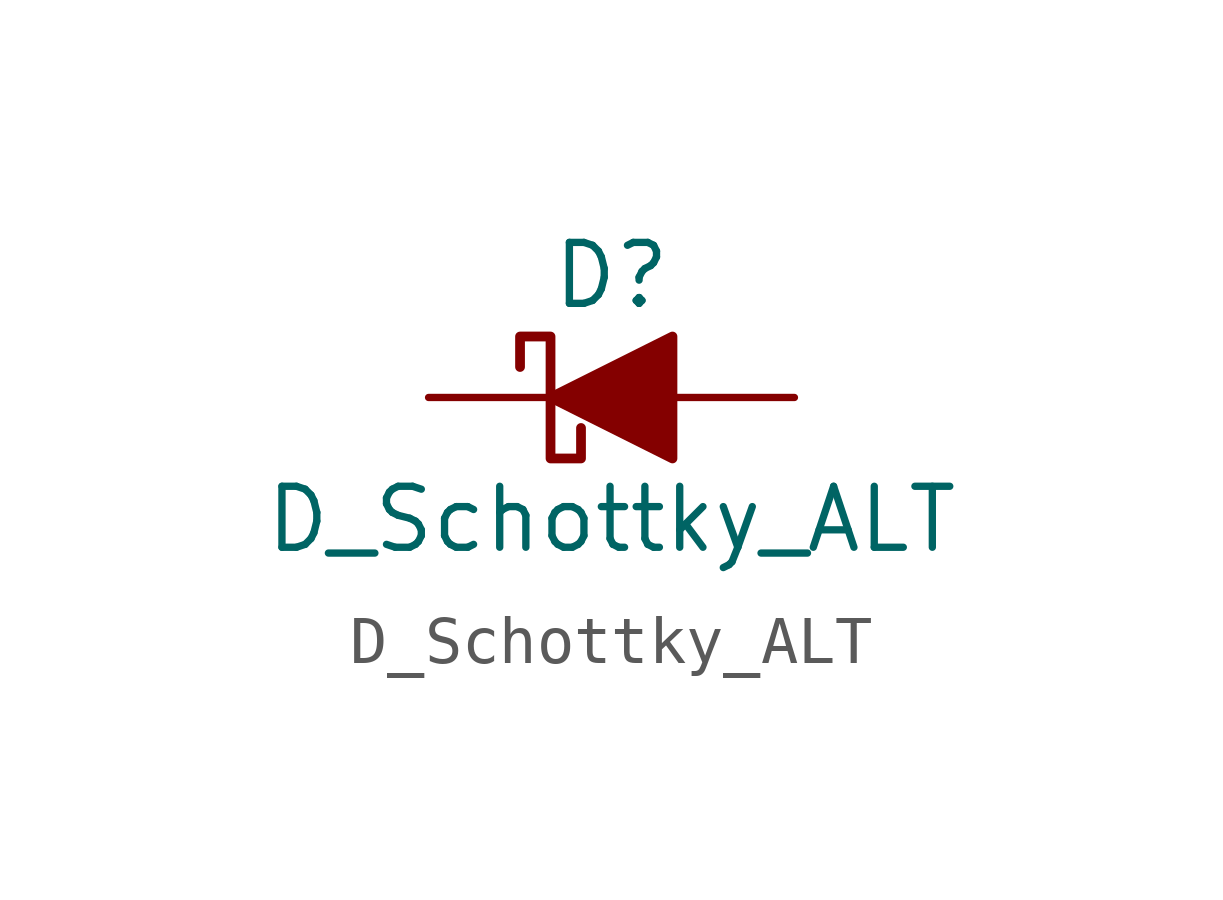
<source format=kicad_sym>
(kicad_symbol_lib
  (version 20211014)
  (generator kicad_symbol_editor)
  (symbol "D_Schottky_ALT"
    (pin_numbers hide)
    (pin_names
      (offset 1.016) hide)
    (property "Reference" "D"
      (at 0 2.54 0)
      (effects (font (size 1.27 1.27))))
    (property "Value" "D_Schottky_ALT"
      (at 0 -2.54 0)
      (effects (font (size 1.27 1.27))))
    (symbol "D_Schottky_ALT_0_1"
      (polyline (pts (xy 1.27 0) (xy -1.27 0)) (stroke (width 0) (type default) (color 0 0 0 0)) (fill (type none)))
      (polyline (pts (xy 1.27 1.27) (xy 1.27 -1.27) (xy -1.27 0) (xy 1.27 1.27)) (stroke (width 0.203) (type default) (color 0 0 0 0)) (fill (type outline)))
      (polyline (pts (xy -1.905 0.635) (xy -1.905 1.27) (xy -1.27 1.27) (xy -1.27 -1.27) (xy -0.635 -1.27) (xy -0.635 -0.635)) (stroke (width 0.203) (type default) (color 0 0 0 0)) (fill (type none))))
    (symbol "D_Schottky_ALT_1_1"
      (pin passive line (at -3.81 0 0) (length 2.54) (name "K" (effects (font (size 1.27 1.27)))) (number "1" (effects (font (size 1.27 1.27)))))
      (pin passive line (at 3.81 0 180) (length 2.54) (name "A" (effects (font (size 1.27 1.27)))) (number "2" (effects (font (size 1.27 1.27))))))))
</source>
